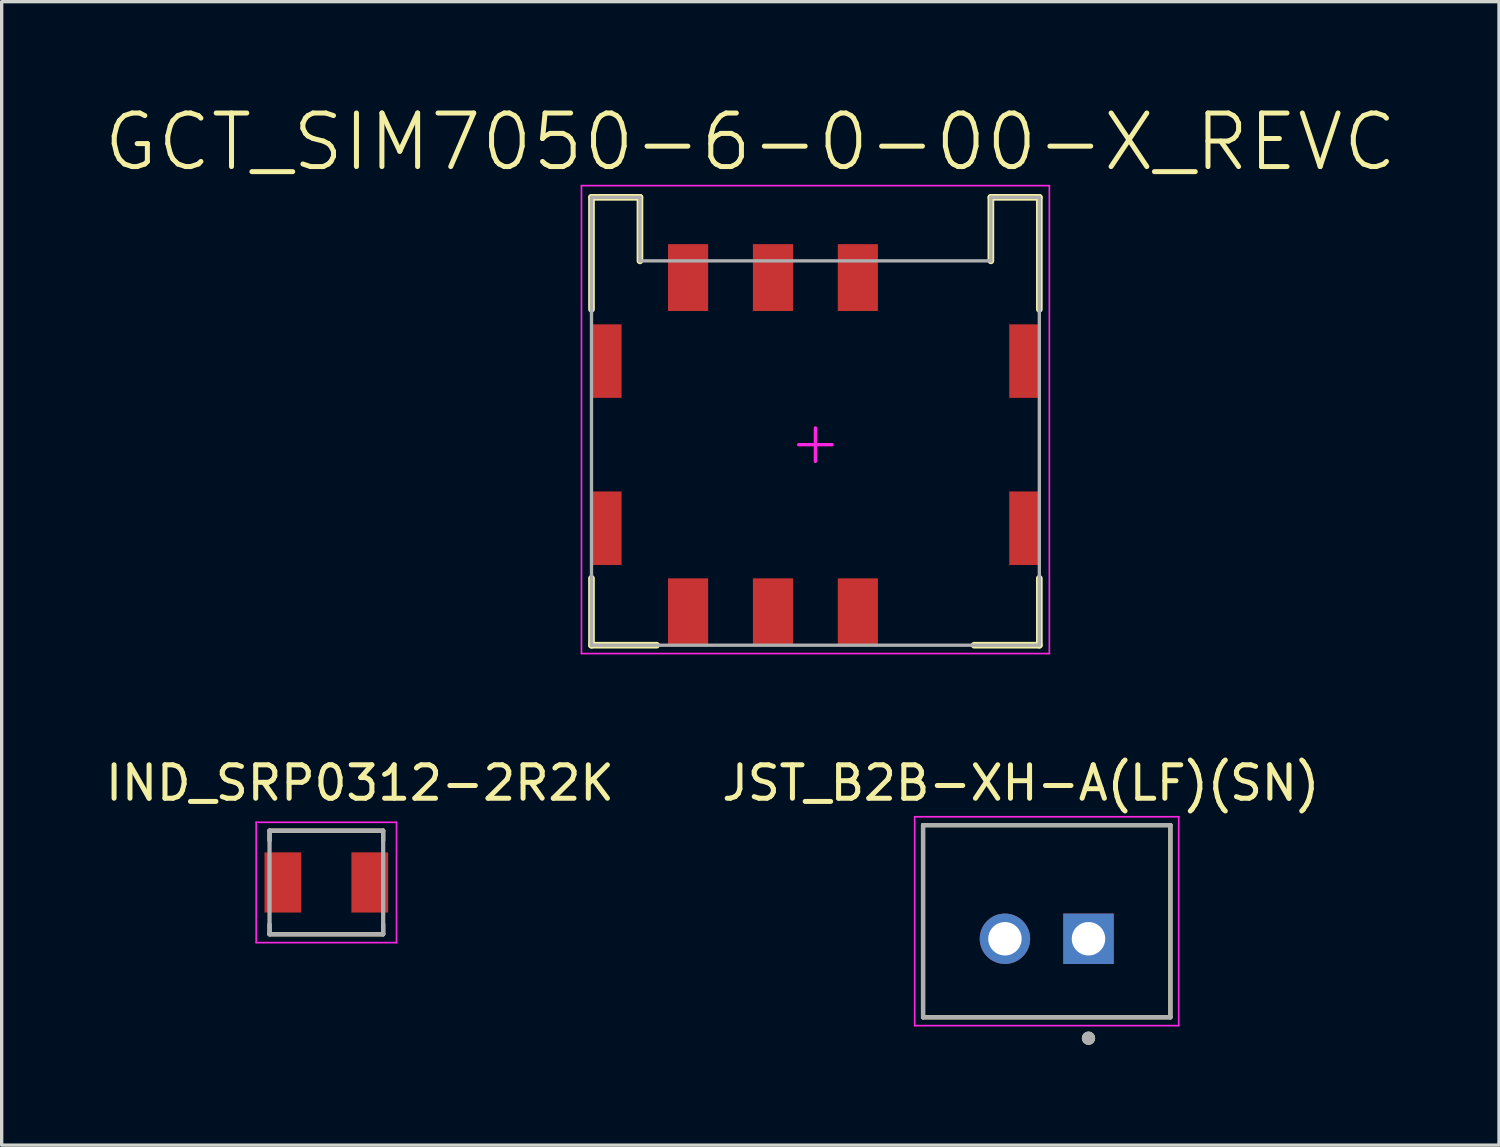
<source format=kicad_pcb>
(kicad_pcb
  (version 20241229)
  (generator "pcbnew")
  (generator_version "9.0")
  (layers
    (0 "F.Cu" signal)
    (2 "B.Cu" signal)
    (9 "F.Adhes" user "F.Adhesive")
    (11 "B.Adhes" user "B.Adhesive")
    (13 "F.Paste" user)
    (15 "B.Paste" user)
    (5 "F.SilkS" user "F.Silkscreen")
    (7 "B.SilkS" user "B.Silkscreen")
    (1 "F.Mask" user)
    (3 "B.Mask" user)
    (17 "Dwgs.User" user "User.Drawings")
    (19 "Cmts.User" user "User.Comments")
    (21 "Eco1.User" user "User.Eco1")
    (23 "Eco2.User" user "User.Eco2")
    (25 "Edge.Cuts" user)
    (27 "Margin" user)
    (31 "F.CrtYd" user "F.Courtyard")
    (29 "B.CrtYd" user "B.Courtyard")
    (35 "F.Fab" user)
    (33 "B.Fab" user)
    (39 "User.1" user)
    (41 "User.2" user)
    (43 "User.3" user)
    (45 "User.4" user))
  (footprint "JST_B2B-XH-A(LF)(SN)"
    (layer "F.Cu")
    (at 28.269 24.514)
    (property "Reference" "JST_B2B-XH-A(LF)(SN)" (at -0.775 -4.135 0) (layer "F.SilkS") (effects (font (size 1 1) (thickness 0.15))))
    (attr through_hole)
    (fp_line (start -3.7 -2.875) (end 3.7 -2.875) (stroke (width 0.127) (type solid)) (layer "F.SilkS"))
    (fp_line (start -3.7 2.875) (end -3.7 -2.875) (stroke (width 0.127) (type solid)) (layer "F.SilkS"))
    (fp_line (start 3.7 -2.875) (end 3.7 2.875) (stroke (width 0.127) (type solid)) (layer "F.SilkS"))
    (fp_line (start 3.7 2.875) (end -3.7 2.875) (stroke (width 0.127) (type solid)) (layer "F.SilkS"))
    (fp_circle (center 1.25 3.5) (end 1.35 3.5) (stroke (width 0.2) (type solid)) (fill no) (layer "F.SilkS"))
    (fp_line (start -3.95 -3.125) (end 3.95 -3.125) (stroke (width 0.05) (type solid)) (layer "F.CrtYd"))
    (fp_line (start -3.95 3.125) (end -3.95 -3.125) (stroke (width 0.05) (type solid)) (layer "F.CrtYd"))
    (fp_line (start 3.95 -3.125) (end 3.95 3.125) (stroke (width 0.05) (type solid)) (layer "F.CrtYd"))
    (fp_line (start 3.95 3.125) (end -3.95 3.125) (stroke (width 0.05) (type solid)) (layer "F.CrtYd"))
    (fp_line (start -3.7 -2.875) (end 3.7 -2.875) (stroke (width 0.127) (type solid)) (layer "F.Fab"))
    (fp_line (start -3.7 2.875) (end -3.7 -2.875) (stroke (width 0.127) (type solid)) (layer "F.Fab"))
    (fp_line (start 3.7 -2.875) (end 3.7 2.875) (stroke (width 0.127) (type solid)) (layer "F.Fab"))
    (fp_line (start 3.7 2.875) (end -3.7 2.875) (stroke (width 0.127) (type solid)) (layer "F.Fab"))
    (fp_circle (center 1.25 3.5) (end 1.35 3.5) (stroke (width 0.2) (type solid)) (fill no) (layer "F.Fab"))
    (pad "1" thru_hole rect (at 1.25 0.525) (size 1.508 1.508) (drill 1) (layers "*.Cu" "*.Mask"))
    (pad "2" thru_hole circle (at -1.25 0.525) (size 1.508 1.508) (drill 1) (layers "*.Cu" "*.Mask")))
  (footprint "IND_SRP0312-2R2K"
    (layer "F.Cu")
    (at 6.715 23.354)
    (property "Reference" "IND_SRP0312-2R2K" (at 1.005 -2.975 0) (layer "F.SilkS") (effects (font (size 1 1) (thickness 0.15))))
    (attr through_hole)
    (fp_line (start -1.7 -1.55) (end 1.7 -1.55) (stroke (width 0.127) (type solid)) (layer "F.SilkS"))
    (fp_line (start -1.7 -1.25) (end -1.7 -1.55) (stroke (width 0.127) (type solid)) (layer "F.SilkS"))
    (fp_line (start -1.7 1.25) (end -1.7 1.55) (stroke (width 0.127) (type solid)) (layer "F.SilkS"))
    (fp_line (start -1.7 1.55) (end 1.7 1.55) (stroke (width 0.127) (type solid)) (layer "F.SilkS"))
    (fp_line (start 1.7 -1.55) (end 1.7 -1.25) (stroke (width 0.127) (type solid)) (layer "F.SilkS"))
    (fp_line (start 1.7 1.55) (end 1.7 1.25) (stroke (width 0.127) (type solid)) (layer "F.SilkS"))
    (fp_line (start -2.1 -1.8) (end 2.1 -1.8) (stroke (width 0.05) (type solid)) (layer "F.CrtYd"))
    (fp_line (start -2.1 1.8) (end -2.1 -1.8) (stroke (width 0.05) (type solid)) (layer "F.CrtYd"))
    (fp_line (start 2.1 -1.8) (end 2.1 1.8) (stroke (width 0.05) (type solid)) (layer "F.CrtYd"))
    (fp_line (start 2.1 1.8) (end -2.1 1.8) (stroke (width 0.05) (type solid)) (layer "F.CrtYd"))
    (fp_line (start -1.7 -1.55) (end 1.7 -1.55) (stroke (width 0.127) (type solid)) (layer "F.Fab"))
    (fp_line (start -1.7 1.55) (end -1.7 -1.55) (stroke (width 0.127) (type solid)) (layer "F.Fab"))
    (fp_line (start 1.7 -1.55) (end 1.7 1.55) (stroke (width 0.127) (type solid)) (layer "F.Fab"))
    (fp_line (start 1.7 1.55) (end -1.7 1.55) (stroke (width 0.127) (type solid)) (layer "F.Fab"))
    (pad "1" smd rect (at -1.3 0) (size 1.1 1.8) (layers "F.Cu" "F.Mask" "F.Paste"))
    (pad "2" smd rect (at 1.3 0) (size 1.1 1.8) (layers "F.Cu" "F.Mask" "F.Paste")))
  (footprint "GCT_SIM7050-6-0-00-X_REVC"
    (layer "F.Cu")
    (at 21.348 10.255)
    (property "Reference" "GCT_SIM7050-6-0-00-X_REVC" (at -1.947 -9.055 0) (layer "F.SilkS") (effects (font (size 1.602 1.602) (thickness 0.15))))
    (attr through_hole)
    (fp_line (start -6.7 -7.4) (end -5.25 -7.4) (stroke (width 0.2) (type solid)) (layer "F.SilkS"))
    (fp_line (start -6.7 -4.05) (end -6.7 -7.4) (stroke (width 0.2) (type solid)) (layer "F.SilkS"))
    (fp_line (start -6.7 6) (end -6.7 4) (stroke (width 0.2) (type solid)) (layer "F.SilkS"))
    (fp_line (start -6.7 6) (end -4.75 6) (stroke (width 0.2) (type solid)) (layer "F.SilkS"))
    (fp_line (start -5.25 -5.5) (end -5.25 -7.4) (stroke (width 0.2) (type solid)) (layer "F.SilkS"))
    (fp_line (start 4.75 6) (end 6.7 6) (stroke (width 0.2) (type solid)) (layer "F.SilkS"))
    (fp_line (start 5.25 -7.4) (end 6.7 -7.4) (stroke (width 0.2) (type solid)) (layer "F.SilkS"))
    (fp_line (start 5.25 -5.5) (end 5.25 -7.4) (stroke (width 0.2) (type solid)) (layer "F.SilkS"))
    (fp_line (start 6.7 -4.05) (end 6.7 -7.4) (stroke (width 0.2) (type solid)) (layer "F.SilkS"))
    (fp_line (start 6.7 6) (end 6.7 4) (stroke (width 0.2) (type solid)) (layer "F.SilkS"))
    (fp_line (start -7 -7.75) (end 7 -7.75) (stroke (width 0.05) (type solid)) (layer "F.CrtYd"))
    (fp_line (start -7 6.25) (end -7 -7.75) (stroke (width 0.05) (type solid)) (layer "F.CrtYd"))
    (fp_line (start -7 6.25) (end 7 6.25) (stroke (width 0.05) (type solid)) (layer "F.CrtYd"))
    (fp_line (start -0.5 0) (end 0.5 0) (stroke (width 0.1) (type solid)) (layer "F.CrtYd"))
    (fp_line (start 0 0.5) (end 0 -0.5) (stroke (width 0.1) (type solid)) (layer "F.CrtYd"))
    (fp_line (start 7 6.25) (end 7 -7.75) (stroke (width 0.05) (type solid)) (layer "F.CrtYd"))
    (fp_line (start -6.7 -7.4) (end -5.25 -7.4) (stroke (width 0.1) (type solid)) (layer "F.Fab"))
    (fp_line (start -6.7 6) (end -6.7 -7.4) (stroke (width 0.1) (type solid)) (layer "F.Fab"))
    (fp_line (start -6.7 6) (end 6.7 6) (stroke (width 0.1) (type solid)) (layer "F.Fab"))
    (fp_line (start -5.25 -5.5) (end -5.25 -7.4) (stroke (width 0.1) (type solid)) (layer "F.Fab"))
    (fp_line (start -5.25 -5.5) (end 5.25 -5.5) (stroke (width 0.1) (type solid)) (layer "F.Fab"))
    (fp_line (start 5.25 -7.4) (end 6.7 -7.4) (stroke (width 0.1) (type solid)) (layer "F.Fab"))
    (fp_line (start 5.25 -5.5) (end 5.25 -7.4) (stroke (width 0.1) (type solid)) (layer "F.Fab"))
    (fp_line (start 6.7 6) (end 6.7 -7.4) (stroke (width 0.1) (type solid)) (layer "F.Fab"))
    (pad "1" smd rect (at -6.25 -2.5) (size 0.9 2.2) (layers "F.Cu" "F.Mask" "F.Paste"))
    (pad "2" smd rect (at -6.25 2.5) (size 0.9 2.2) (layers "F.Cu" "F.Mask" "F.Paste"))
    (pad "3" smd rect (at 6.25 2.5) (size 0.9 2.2) (layers "F.Cu" "F.Mask" "F.Paste"))
    (pad "4" smd rect (at 6.25 -2.5) (size 0.9 2.2) (layers "F.Cu" "F.Mask" "F.Paste"))
    (pad "C1" smd rect (at -3.81 -5) (size 1.2 2) (layers "F.Cu" "F.Mask" "F.Paste"))
    (pad "C2" smd rect (at -1.27 -5) (size 1.2 2) (layers "F.Cu" "F.Mask" "F.Paste"))
    (pad "C3" smd rect (at 1.27 -5) (size 1.2 2) (layers "F.Cu" "F.Mask" "F.Paste"))
    (pad "C5" smd rect (at -3.81 5) (size 1.2 2) (layers "F.Cu" "F.Mask" "F.Paste"))
    (pad "C6" smd rect (at -1.27 5) (size 1.2 2) (layers "F.Cu" "F.Mask" "F.Paste"))
    (pad "C7" smd rect (at 1.27 5) (size 1.2 2) (layers "F.Cu" "F.Mask" "F.Paste")))
  (gr_rect
    (start -3 -3)
    (end 41.802 31.214)
    (stroke (width 0.1) (type default))
    (fill no)
    (layer "Edge.Cuts")))
</source>
